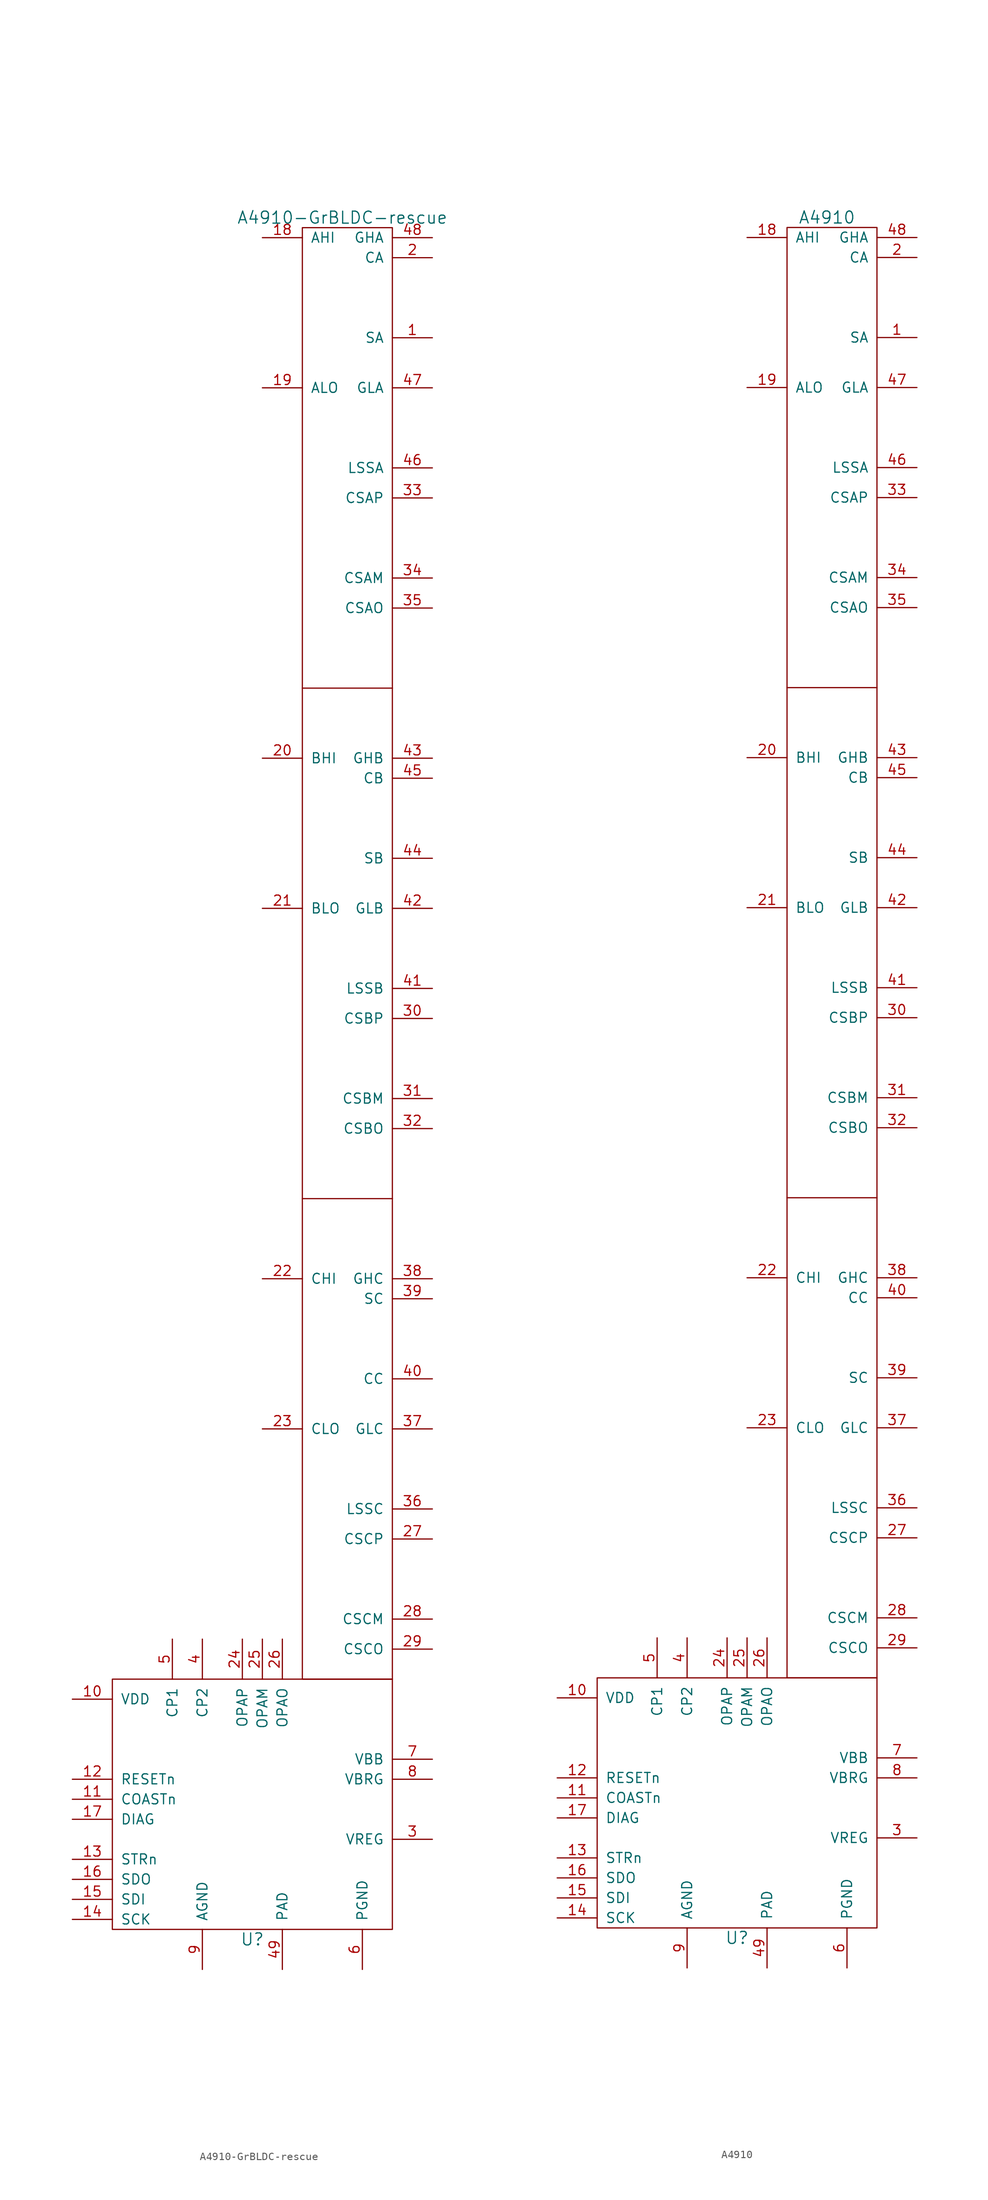
<source format=kicad_sym>
(kicad_symbol_lib
  (version 20231120)
  (generator "kicad_symbol_editor")
  (generator_version "8.0")
  (symbol "A4910-GrBLDC-rescue"
    (pin_names
      (offset 1.016))
    (property "Reference" "U"
      (at -11.43 -111.76 0)
      (effects (font (size 1.524 1.524))))
    (property "Value" "A4910-GrBLDC-rescue"
      (at 0 106.68 0)
      (effects (font (size 1.524 1.524))))
    (symbol "A4910-GrBLDC-rescue_0_1"
      (rectangle (start -5.08 105.41) (end 6.35 -78.74) (stroke (width 0) (type solid)) (fill (type none)))
      (polyline (pts (xy -5.08 -17.78) (xy 6.35 -17.78)) (stroke (width 0) (type solid)) (fill (type none)))
      (polyline (pts (xy -5.08 46.99) (xy 6.35 46.99)) (stroke (width 0) (type solid)) (fill (type none)))
      (rectangle (start 6.35 -78.74) (end -29.21 -110.49) (stroke (width 0) (type solid)) (fill (type none))))
    (symbol "A4910-GrBLDC-rescue_1_1"
      (pin input line (at 11.43 91.44 180) (length 5.08) (name "SA" (effects (font (size 1.27 1.27)))) (number "1" (effects (font (size 1.27 1.27)))))
      (pin power_in line (at -34.29 -81.28 0) (length 5.08) (name "VDD" (effects (font (size 1.27 1.27)))) (number "10" (effects (font (size 1.27 1.27)))))
      (pin input line (at -34.29 -93.98 0) (length 5.08) (name "COASTn" (effects (font (size 1.27 1.27)))) (number "11" (effects (font (size 1.27 1.27)))))
      (pin input line (at -34.29 -91.44 0) (length 5.08) (name "RESETn" (effects (font (size 1.27 1.27)))) (number "12" (effects (font (size 1.27 1.27)))))
      (pin output line (at -34.29 -101.6 0) (length 5.08) (name "STRn" (effects (font (size 1.27 1.27)))) (number "13" (effects (font (size 1.27 1.27)))))
      (pin input line (at -34.29 -109.22 0) (length 5.08) (name "SCK" (effects (font (size 1.27 1.27)))) (number "14" (effects (font (size 1.27 1.27)))))
      (pin input line (at -34.29 -106.68 0) (length 5.08) (name "SDI" (effects (font (size 1.27 1.27)))) (number "15" (effects (font (size 1.27 1.27)))))
      (pin output line (at -34.29 -104.14 0) (length 5.08) (name "SDO" (effects (font (size 1.27 1.27)))) (number "16" (effects (font (size 1.27 1.27)))))
      (pin output line (at -34.29 -96.52 0) (length 5.08) (name "DIAG" (effects (font (size 1.27 1.27)))) (number "17" (effects (font (size 1.27 1.27)))))
      (pin input line (at -10.16 104.14 0) (length 5.08) (name "AHI" (effects (font (size 1.27 1.27)))) (number "18" (effects (font (size 1.27 1.27)))))
      (pin input line (at -10.16 85.09 0) (length 5.08) (name "ALO" (effects (font (size 1.27 1.27)))) (number "19" (effects (font (size 1.27 1.27)))))
      (pin power_in line (at 11.43 101.6 180) (length 5.08) (name "CA" (effects (font (size 1.27 1.27)))) (number "2" (effects (font (size 1.27 1.27)))))
      (pin input line (at -10.16 38.1 0) (length 5.08) (name "BHI" (effects (font (size 1.27 1.27)))) (number "20" (effects (font (size 1.27 1.27)))))
      (pin input line (at -10.16 19.05 0) (length 5.08) (name "BLO" (effects (font (size 1.27 1.27)))) (number "21" (effects (font (size 1.27 1.27)))))
      (pin input line (at -10.16 -27.94 0) (length 5.08) (name "CHI" (effects (font (size 1.27 1.27)))) (number "22" (effects (font (size 1.27 1.27)))))
      (pin input line (at -10.16 -46.99 0) (length 5.08) (name "CLO" (effects (font (size 1.27 1.27)))) (number "23" (effects (font (size 1.27 1.27)))))
      (pin input line (at -12.7 -73.66 270) (length 5.08) (name "OPAP" (effects (font (size 1.27 1.27)))) (number "24" (effects (font (size 1.27 1.27)))))
      (pin input line (at -10.16 -73.66 270) (length 5.08) (name "OPAM" (effects (font (size 1.27 1.27)))) (number "25" (effects (font (size 1.27 1.27)))))
      (pin output line (at -7.62 -73.66 270) (length 5.08) (name "OPAO" (effects (font (size 1.27 1.27)))) (number "26" (effects (font (size 1.27 1.27)))))
      (pin input line (at 11.43 -60.96 180) (length 5.08) (name "CSCP" (effects (font (size 1.27 1.27)))) (number "27" (effects (font (size 1.27 1.27)))))
      (pin input line (at 11.43 -71.12 180) (length 5.08) (name "CSCM" (effects (font (size 1.27 1.27)))) (number "28" (effects (font (size 1.27 1.27)))))
      (pin output line (at 11.43 -74.93 180) (length 5.08) (name "CSCO" (effects (font (size 1.27 1.27)))) (number "29" (effects (font (size 1.27 1.27)))))
      (pin power_out line (at 11.43 -99.06 180) (length 5.08) (name "VREG" (effects (font (size 1.27 1.27)))) (number "3" (effects (font (size 1.27 1.27)))))
      (pin input line (at 11.43 5.08 180) (length 5.08) (name "CSBP" (effects (font (size 1.27 1.27)))) (number "30" (effects (font (size 1.27 1.27)))))
      (pin input line (at 11.43 -5.08 180) (length 5.08) (name "CSBM" (effects (font (size 1.27 1.27)))) (number "31" (effects (font (size 1.27 1.27)))))
      (pin output line (at 11.43 -8.89 180) (length 5.08) (name "CSBO" (effects (font (size 1.27 1.27)))) (number "32" (effects (font (size 1.27 1.27)))))
      (pin input line (at 11.43 71.12 180) (length 5.08) (name "CSAP" (effects (font (size 1.27 1.27)))) (number "33" (effects (font (size 1.27 1.27)))))
      (pin input line (at 11.43 60.96 180) (length 5.08) (name "CSAM" (effects (font (size 1.27 1.27)))) (number "34" (effects (font (size 1.27 1.27)))))
      (pin output line (at 11.43 57.15 180) (length 5.08) (name "CSAO" (effects (font (size 1.27 1.27)))) (number "35" (effects (font (size 1.27 1.27)))))
      (pin power_out line (at 11.43 -57.15 180) (length 5.08) (name "LSSC" (effects (font (size 1.27 1.27)))) (number "36" (effects (font (size 1.27 1.27)))))
      (pin output line (at 11.43 -46.99 180) (length 5.08) (name "GLC" (effects (font (size 1.27 1.27)))) (number "37" (effects (font (size 1.27 1.27)))))
      (pin output line (at 11.43 -27.94 180) (length 5.08) (name "GHC" (effects (font (size 1.27 1.27)))) (number "38" (effects (font (size 1.27 1.27)))))
      (pin input line (at 11.43 -30.48 180) (length 5.08) (name "SC" (effects (font (size 1.27 1.27)))) (number "39" (effects (font (size 1.27 1.27)))))
      (pin power_in line (at -17.78 -73.66 270) (length 5.08) (name "CP2" (effects (font (size 1.27 1.27)))) (number "4" (effects (font (size 1.27 1.27)))))
      (pin power_in line (at 11.43 -40.64 180) (length 5.08) (name "CC" (effects (font (size 1.27 1.27)))) (number "40" (effects (font (size 1.27 1.27)))))
      (pin power_out line (at 11.43 8.89 180) (length 5.08) (name "LSSB" (effects (font (size 1.27 1.27)))) (number "41" (effects (font (size 1.27 1.27)))))
      (pin output line (at 11.43 19.05 180) (length 5.08) (name "GLB" (effects (font (size 1.27 1.27)))) (number "42" (effects (font (size 1.27 1.27)))))
      (pin output line (at 11.43 38.1 180) (length 5.08) (name "GHB" (effects (font (size 1.27 1.27)))) (number "43" (effects (font (size 1.27 1.27)))))
      (pin input line (at 11.43 25.4 180) (length 5.08) (name "SB" (effects (font (size 1.27 1.27)))) (number "44" (effects (font (size 1.27 1.27)))))
      (pin power_in line (at 11.43 35.56 180) (length 5.08) (name "CB" (effects (font (size 1.27 1.27)))) (number "45" (effects (font (size 1.27 1.27)))))
      (pin power_out line (at 11.43 74.93 180) (length 5.08) (name "LSSA" (effects (font (size 1.27 1.27)))) (number "46" (effects (font (size 1.27 1.27)))))
      (pin output line (at 11.43 85.09 180) (length 5.08) (name "GLA" (effects (font (size 1.27 1.27)))) (number "47" (effects (font (size 1.27 1.27)))))
      (pin output line (at 11.43 104.14 180) (length 5.08) (name "GHA" (effects (font (size 1.27 1.27)))) (number "48" (effects (font (size 1.27 1.27)))))
      (pin power_in line (at -7.62 -115.57 90) (length 5.08) (name "PAD" (effects (font (size 1.27 1.27)))) (number "49" (effects (font (size 1.27 1.27)))))
      (pin power_in line (at -21.59 -73.66 270) (length 5.08) (name "CP1" (effects (font (size 1.27 1.27)))) (number "5" (effects (font (size 1.27 1.27)))))
      (pin power_in line (at 2.54 -115.57 90) (length 5.08) (name "PGND" (effects (font (size 1.27 1.27)))) (number "6" (effects (font (size 1.27 1.27)))))
      (pin power_in line (at 11.43 -88.9 180) (length 5.08) (name "VBB" (effects (font (size 1.27 1.27)))) (number "7" (effects (font (size 1.27 1.27)))))
      (pin input line (at 11.43 -91.44 180) (length 5.08) (name "VBRG" (effects (font (size 1.27 1.27)))) (number "8" (effects (font (size 1.27 1.27)))))
      (pin power_in line (at -17.78 -115.57 90) (length 5.08) (name "AGND" (effects (font (size 1.27 1.27)))) (number "9" (effects (font (size 1.27 1.27)))))))
  (symbol "A4910"
    (pin_names
      (offset 1.016))
    (property "Reference" "U"
      (at -11.43 -111.76 0)
      (effects (font (size 1.524 1.524))))
    (property "Value" "A4910"
      (at 0 106.68 0)
      (effects (font (size 1.524 1.524))))
    (symbol "A4910_0_1"
      (rectangle (start -5.08 105.41) (end 6.35 -78.74) (stroke (width 0) (type solid)) (fill (type none)))
      (polyline (pts (xy -5.08 -17.78) (xy 6.35 -17.78)) (stroke (width 0) (type solid)) (fill (type none)))
      (polyline (pts (xy -5.08 46.99) (xy 6.35 46.99)) (stroke (width 0) (type solid)) (fill (type none)))
      (rectangle (start 6.35 -78.74) (end -29.21 -110.49) (stroke (width 0) (type solid)) (fill (type none))))
    (symbol "A4910_1_1"
      (pin input line (at 11.43 91.44 180) (length 5.08) (name "SA" (effects (font (size 1.27 1.27)))) (number "1" (effects (font (size 1.27 1.27)))))
      (pin power_in line (at -34.29 -81.28 0) (length 5.08) (name "VDD" (effects (font (size 1.27 1.27)))) (number "10" (effects (font (size 1.27 1.27)))))
      (pin input line (at -34.29 -93.98 0) (length 5.08) (name "COASTn" (effects (font (size 1.27 1.27)))) (number "11" (effects (font (size 1.27 1.27)))))
      (pin input line (at -34.29 -91.44 0) (length 5.08) (name "RESETn" (effects (font (size 1.27 1.27)))) (number "12" (effects (font (size 1.27 1.27)))))
      (pin output line (at -34.29 -101.6 0) (length 5.08) (name "STRn" (effects (font (size 1.27 1.27)))) (number "13" (effects (font (size 1.27 1.27)))))
      (pin input line (at -34.29 -109.22 0) (length 5.08) (name "SCK" (effects (font (size 1.27 1.27)))) (number "14" (effects (font (size 1.27 1.27)))))
      (pin input line (at -34.29 -106.68 0) (length 5.08) (name "SDI" (effects (font (size 1.27 1.27)))) (number "15" (effects (font (size 1.27 1.27)))))
      (pin output line (at -34.29 -104.14 0) (length 5.08) (name "SDO" (effects (font (size 1.27 1.27)))) (number "16" (effects (font (size 1.27 1.27)))))
      (pin output line (at -34.29 -96.52 0) (length 5.08) (name "DIAG" (effects (font (size 1.27 1.27)))) (number "17" (effects (font (size 1.27 1.27)))))
      (pin input line (at -10.16 104.14 0) (length 5.08) (name "AHI" (effects (font (size 1.27 1.27)))) (number "18" (effects (font (size 1.27 1.27)))))
      (pin input line (at -10.16 85.09 0) (length 5.08) (name "ALO" (effects (font (size 1.27 1.27)))) (number "19" (effects (font (size 1.27 1.27)))))
      (pin power_in line (at 11.43 101.6 180) (length 5.08) (name "CA" (effects (font (size 1.27 1.27)))) (number "2" (effects (font (size 1.27 1.27)))))
      (pin input line (at -10.16 38.1 0) (length 5.08) (name "BHI" (effects (font (size 1.27 1.27)))) (number "20" (effects (font (size 1.27 1.27)))))
      (pin input line (at -10.16 19.05 0) (length 5.08) (name "BLO" (effects (font (size 1.27 1.27)))) (number "21" (effects (font (size 1.27 1.27)))))
      (pin input line (at -10.16 -27.94 0) (length 5.08) (name "CHI" (effects (font (size 1.27 1.27)))) (number "22" (effects (font (size 1.27 1.27)))))
      (pin input line (at -10.16 -46.99 0) (length 5.08) (name "CLO" (effects (font (size 1.27 1.27)))) (number "23" (effects (font (size 1.27 1.27)))))
      (pin input line (at -12.7 -73.66 270) (length 5.08) (name "OPAP" (effects (font (size 1.27 1.27)))) (number "24" (effects (font (size 1.27 1.27)))))
      (pin input line (at -10.16 -73.66 270) (length 5.08) (name "OPAM" (effects (font (size 1.27 1.27)))) (number "25" (effects (font (size 1.27 1.27)))))
      (pin output line (at -7.62 -73.66 270) (length 5.08) (name "OPAO" (effects (font (size 1.27 1.27)))) (number "26" (effects (font (size 1.27 1.27)))))
      (pin input line (at 11.43 -60.96 180) (length 5.08) (name "CSCP" (effects (font (size 1.27 1.27)))) (number "27" (effects (font (size 1.27 1.27)))))
      (pin input line (at 11.43 -71.12 180) (length 5.08) (name "CSCM" (effects (font (size 1.27 1.27)))) (number "28" (effects (font (size 1.27 1.27)))))
      (pin output line (at 11.43 -74.93 180) (length 5.08) (name "CSCO" (effects (font (size 1.27 1.27)))) (number "29" (effects (font (size 1.27 1.27)))))
      (pin power_out line (at 11.43 -99.06 180) (length 5.08) (name "VREG" (effects (font (size 1.27 1.27)))) (number "3" (effects (font (size 1.27 1.27)))))
      (pin input line (at 11.43 5.08 180) (length 5.08) (name "CSBP" (effects (font (size 1.27 1.27)))) (number "30" (effects (font (size 1.27 1.27)))))
      (pin input line (at 11.43 -5.08 180) (length 5.08) (name "CSBM" (effects (font (size 1.27 1.27)))) (number "31" (effects (font (size 1.27 1.27)))))
      (pin output line (at 11.43 -8.89 180) (length 5.08) (name "CSBO" (effects (font (size 1.27 1.27)))) (number "32" (effects (font (size 1.27 1.27)))))
      (pin input line (at 11.43 71.12 180) (length 5.08) (name "CSAP" (effects (font (size 1.27 1.27)))) (number "33" (effects (font (size 1.27 1.27)))))
      (pin input line (at 11.43 60.96 180) (length 5.08) (name "CSAM" (effects (font (size 1.27 1.27)))) (number "34" (effects (font (size 1.27 1.27)))))
      (pin output line (at 11.43 57.15 180) (length 5.08) (name "CSAO" (effects (font (size 1.27 1.27)))) (number "35" (effects (font (size 1.27 1.27)))))
      (pin power_out line (at 11.43 -57.15 180) (length 5.08) (name "LSSC" (effects (font (size 1.27 1.27)))) (number "36" (effects (font (size 1.27 1.27)))))
      (pin output line (at 11.43 -46.99 180) (length 5.08) (name "GLC" (effects (font (size 1.27 1.27)))) (number "37" (effects (font (size 1.27 1.27)))))
      (pin output line (at 11.43 -27.94 180) (length 5.08) (name "GHC" (effects (font (size 1.27 1.27)))) (number "38" (effects (font (size 1.27 1.27)))))
      (pin power_in line (at 11.43 -40.64 180) (length 5.08) (name "SC" (effects (font (size 1.27 1.27)))) (number "39" (effects (font (size 1.27 1.27)))))
      (pin power_in line (at -17.78 -73.66 270) (length 5.08) (name "CP2" (effects (font (size 1.27 1.27)))) (number "4" (effects (font (size 1.27 1.27)))))
      (pin input line (at 11.43 -30.48 180) (length 5.08) (name "CC" (effects (font (size 1.27 1.27)))) (number "40" (effects (font (size 1.27 1.27)))))
      (pin power_out line (at 11.43 8.89 180) (length 5.08) (name "LSSB" (effects (font (size 1.27 1.27)))) (number "41" (effects (font (size 1.27 1.27)))))
      (pin output line (at 11.43 19.05 180) (length 5.08) (name "GLB" (effects (font (size 1.27 1.27)))) (number "42" (effects (font (size 1.27 1.27)))))
      (pin output line (at 11.43 38.1 180) (length 5.08) (name "GHB" (effects (font (size 1.27 1.27)))) (number "43" (effects (font (size 1.27 1.27)))))
      (pin input line (at 11.43 25.4 180) (length 5.08) (name "SB" (effects (font (size 1.27 1.27)))) (number "44" (effects (font (size 1.27 1.27)))))
      (pin power_in line (at 11.43 35.56 180) (length 5.08) (name "CB" (effects (font (size 1.27 1.27)))) (number "45" (effects (font (size 1.27 1.27)))))
      (pin power_out line (at 11.43 74.93 180) (length 5.08) (name "LSSA" (effects (font (size 1.27 1.27)))) (number "46" (effects (font (size 1.27 1.27)))))
      (pin output line (at 11.43 85.09 180) (length 5.08) (name "GLA" (effects (font (size 1.27 1.27)))) (number "47" (effects (font (size 1.27 1.27)))))
      (pin output line (at 11.43 104.14 180) (length 5.08) (name "GHA" (effects (font (size 1.27 1.27)))) (number "48" (effects (font (size 1.27 1.27)))))
      (pin power_in line (at -7.62 -115.57 90) (length 5.08) (name "PAD" (effects (font (size 1.27 1.27)))) (number "49" (effects (font (size 1.27 1.27)))))
      (pin power_in line (at -21.59 -73.66 270) (length 5.08) (name "CP1" (effects (font (size 1.27 1.27)))) (number "5" (effects (font (size 1.27 1.27)))))
      (pin power_in line (at 2.54 -115.57 90) (length 5.08) (name "PGND" (effects (font (size 1.27 1.27)))) (number "6" (effects (font (size 1.27 1.27)))))
      (pin power_in line (at 11.43 -88.9 180) (length 5.08) (name "VBB" (effects (font (size 1.27 1.27)))) (number "7" (effects (font (size 1.27 1.27)))))
      (pin input line (at 11.43 -91.44 180) (length 5.08) (name "VBRG" (effects (font (size 1.27 1.27)))) (number "8" (effects (font (size 1.27 1.27)))))
      (pin power_in line (at -17.78 -115.57 90) (length 5.08) (name "AGND" (effects (font (size 1.27 1.27)))) (number "9" (effects (font (size 1.27 1.27))))))))
</source>
